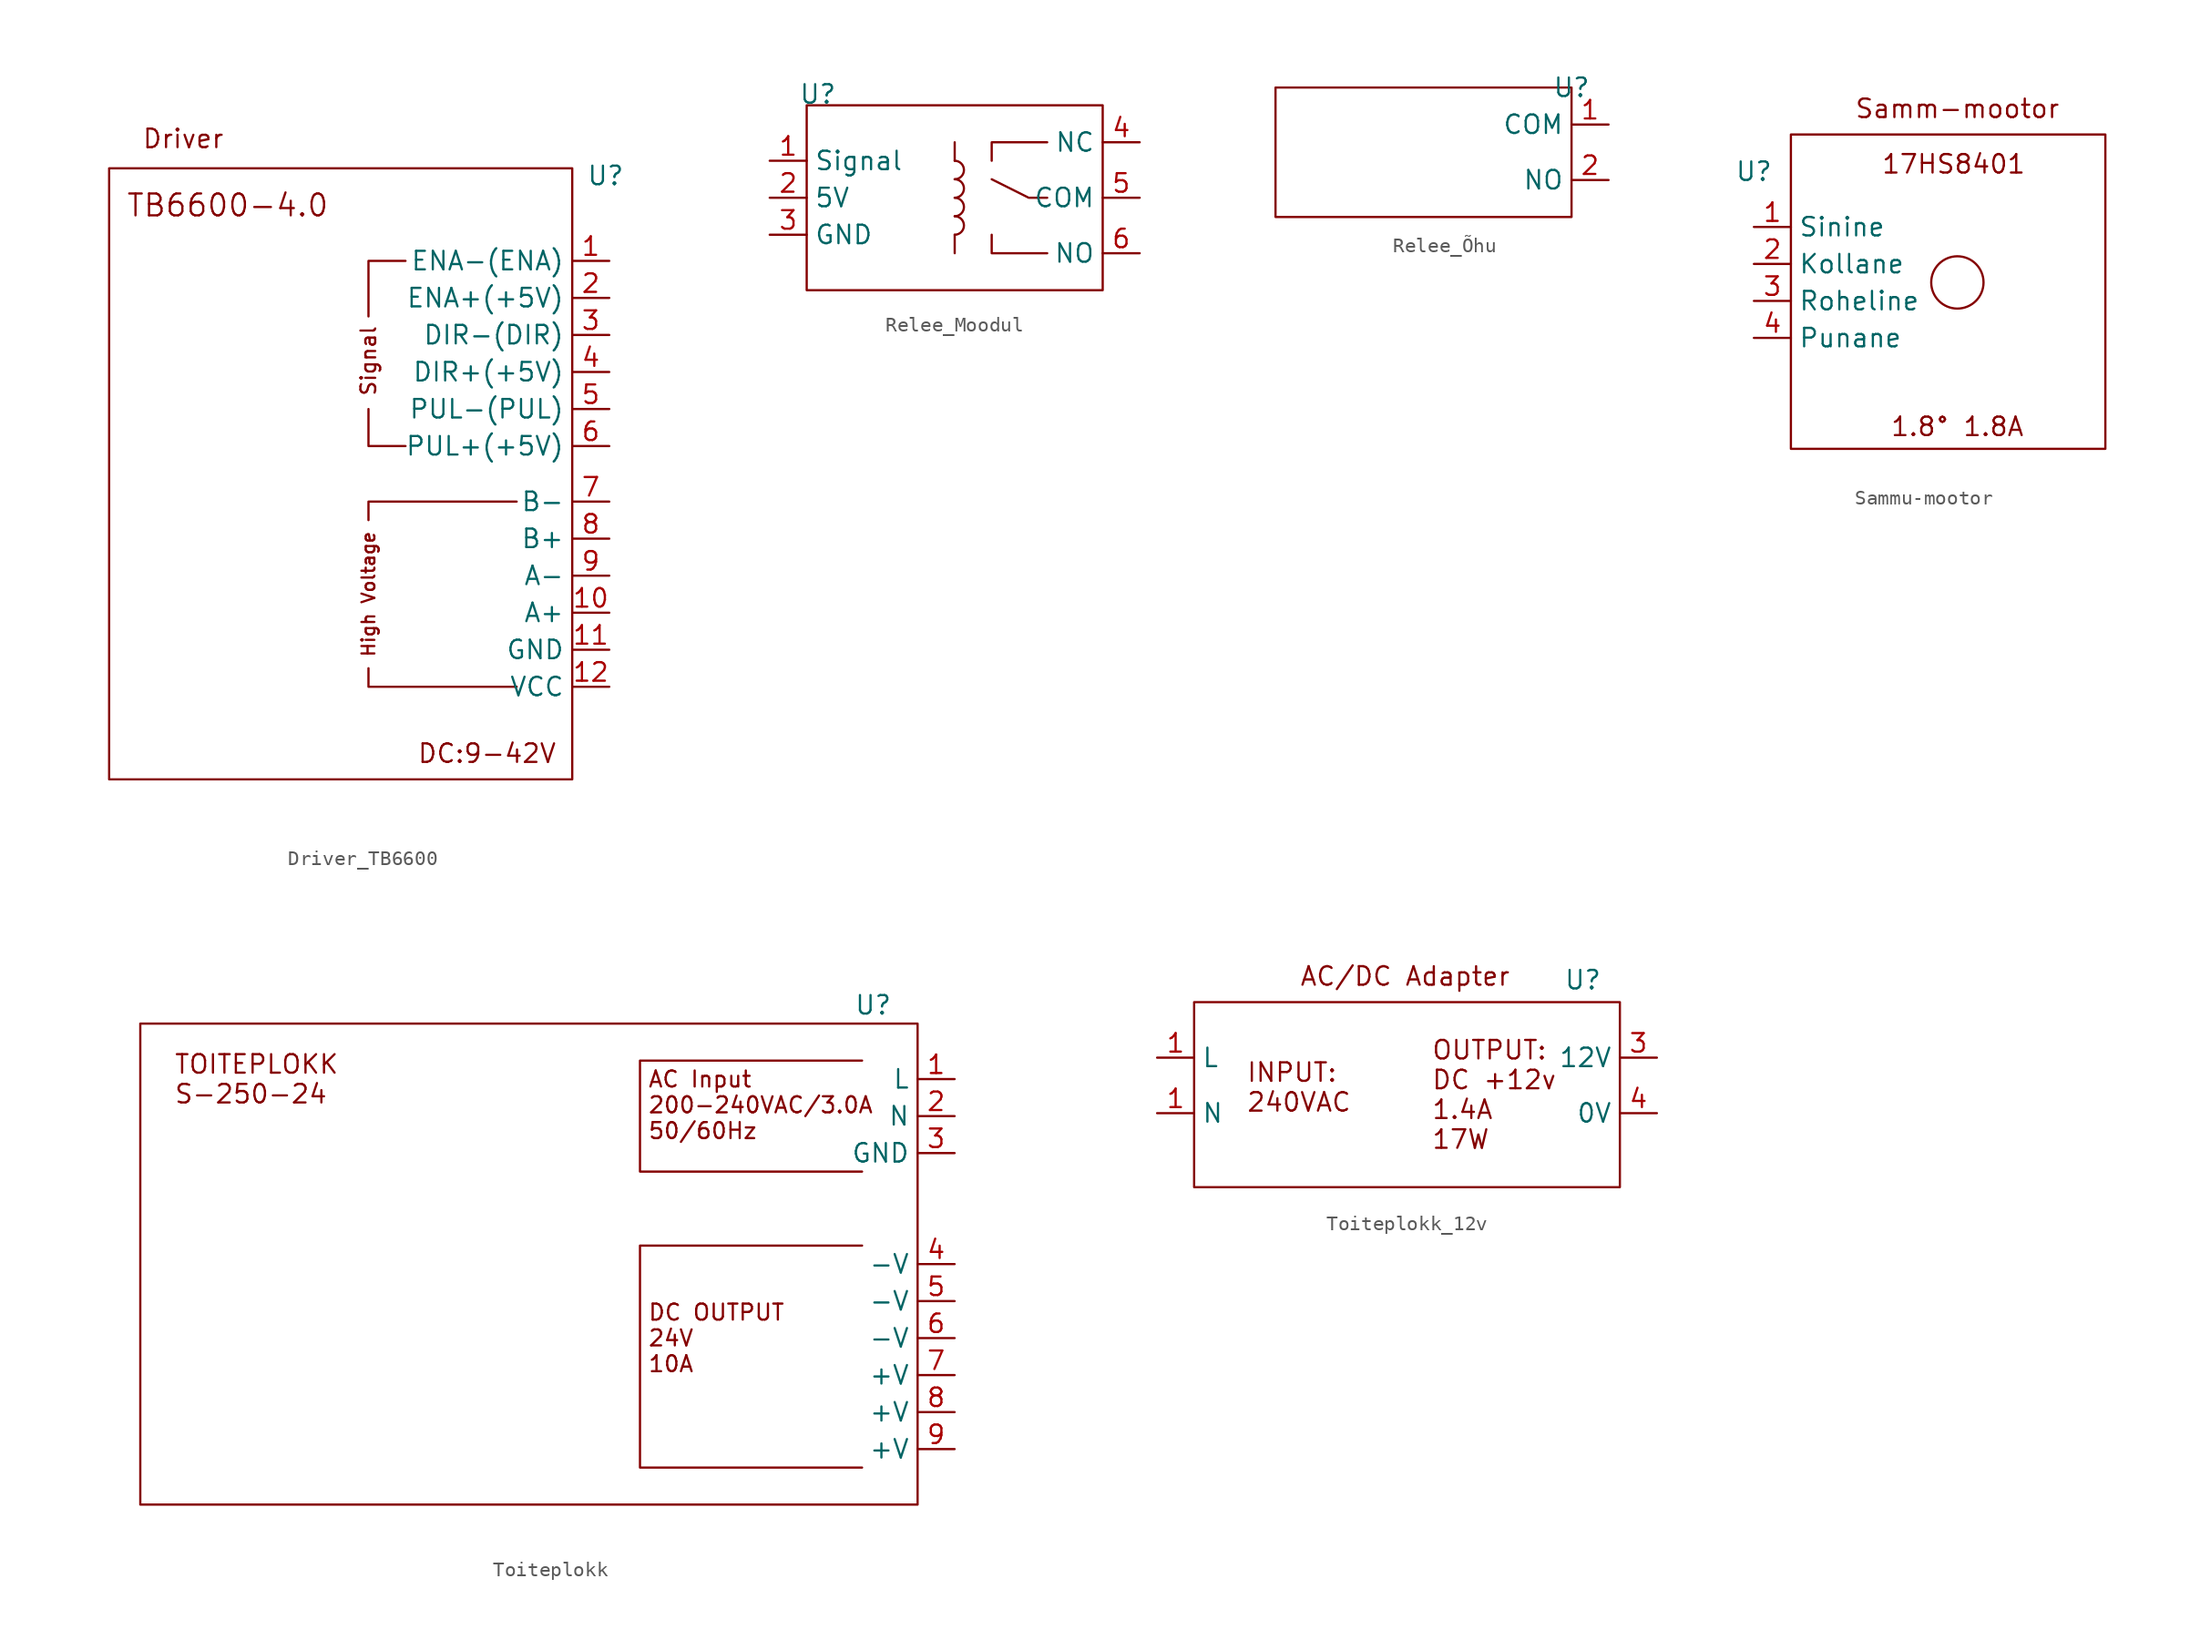
<source format=kicad_sym>
(kicad_symbol_lib
  (version 20241209)
  (generator "kicad_symbol_editor")
  (generator_version "9.0")
  (symbol "Driver_TB6600"
    (property "Reference" "U"
      (at 2.286 3.302 0)
      (effects (font (size 1.27 1.27))))
    (property "Value" ""
      (at 0 0 0)
      (effects (font (size 1.27 1.27))))
    (symbol "Driver_TB6600_0_1"
      (polyline (pts (xy -13.97 -6.35) (xy -13.97 -2.54) (xy -11.43 -2.54)) (stroke (width 0) (type default)) (fill (type none)))
      (polyline (pts (xy -13.97 -12.7) (xy -13.97 -15.24) (xy -11.43 -15.24)) (stroke (width 0) (type default)) (fill (type none)))
      (polyline (pts (xy -13.97 -20.32) (xy -13.97 -19.05) (xy -3.81 -19.05)) (stroke (width 0) (type default)) (fill (type none)))
      (polyline (pts (xy -13.97 -30.48) (xy -13.97 -31.75) (xy -3.81 -31.75)) (stroke (width 0) (type default)) (fill (type none)))
      (rectangle (start 0 3.81) (end -31.75 -38.1) (stroke (width 0) (type default)) (fill (type none))))
    (symbol "Driver_TB6600_1_1"
      (text "Driver" (at -26.67 5.842 0) (effects (font (size 1.27 1.27))))
      (text "TB6600-4.0" (at -23.622 1.27 0) (effects (font (size 1.5 1.5))))
      (text "Signal" (at -13.97 -9.398 900) (effects (font (size 1.016 1.016))))
      (text "High Voltage" (at -13.97 -25.4 900) (effects (font (size 0.889 0.889))))
      (text "DC:9-42V" (at -5.842 -36.322 0) (effects (font (size 1.27 1.27))))
      (pin input line (at 2.54 -2.54 180) (length 2.54) (name "ENA-(ENA)" (effects (font (size 1.27 1.27)))) (number "1" (effects (font (size 1.27 1.27)))))
      (pin input line (at 2.54 -5.08 180) (length 2.54) (name "ENA+(+5V)" (effects (font (size 1.27 1.27)))) (number "2" (effects (font (size 1.27 1.27)))))
      (pin input line (at 2.54 -7.62 180) (length 2.54) (name "DIR-(DIR)" (effects (font (size 1.27 1.27)))) (number "3" (effects (font (size 1.27 1.27)))))
      (pin input line (at 2.54 -10.16 180) (length 2.54) (name "DIR+(+5V)" (effects (font (size 1.27 1.27)))) (number "4" (effects (font (size 1.27 1.27)))))
      (pin input line (at 2.54 -12.7 180) (length 2.54) (name "PUL-(PUL)" (effects (font (size 1.27 1.27)))) (number "5" (effects (font (size 1.27 1.27)))))
      (pin input line (at 2.54 -15.24 180) (length 2.54) (name "PUL+(+5V)" (effects (font (size 1.27 1.27)))) (number "6" (effects (font (size 1.27 1.27)))))
      (pin input line (at 2.54 -19.05 180) (length 2.54) (name "B-" (effects (font (size 1.27 1.27)))) (number "7" (effects (font (size 1.27 1.27)))))
      (pin input line (at 2.54 -21.59 180) (length 2.54) (name "B+" (effects (font (size 1.27 1.27)))) (number "8" (effects (font (size 1.27 1.27)))))
      (pin input line (at 2.54 -24.13 180) (length 2.54) (name "A-" (effects (font (size 1.27 1.27)))) (number "9" (effects (font (size 1.27 1.27)))))
      (pin input line (at 2.54 -26.67 180) (length 2.54) (name "A+" (effects (font (size 1.27 1.27)))) (number "10" (effects (font (size 1.27 1.27)))))
      (pin power_in line (at 2.54 -29.21 180) (length 2.54) (name "GND" (effects (font (size 1.27 1.27)))) (number "11" (effects (font (size 1.27 1.27)))))
      (pin power_in line (at 2.54 -31.75 180) (length 2.54) (name "VCC" (effects (font (size 1.27 1.27)))) (number "12" (effects (font (size 1.27 1.27)))))))
  (symbol "Relee_Moodul"
    (property "Reference" "U"
      (at -9.398 7.112 0)
      (effects (font (size 1.27 1.27))))
    (property "Value" ""
      (at 0 0 0)
      (effects (font (size 1.27 1.27))))
    (symbol "Relee_Moodul_0_1"
      (rectangle (start -10.16 6.35) (end 10.16 -6.35) (stroke (width 0) (type default)) (fill (type none)))
      (arc (start 0 2.54) (mid 0.6323 1.905) (end 0 1.27) (stroke (width 0) (type default)) (fill (type none)))
      (arc (start 0 1.27) (mid 0.6323 0.635) (end 0 0) (stroke (width 0) (type default)) (fill (type none)))
      (arc (start 0 0) (mid 0.6323 -0.635) (end 0 -1.27) (stroke (width 0) (type default)) (fill (type none)))
      (arc (start 0 -1.27) (mid 0.6323 -1.905) (end 0 -2.54) (stroke (width 0) (type default)) (fill (type none)))
      (polyline (pts (xy 0 2.54) (xy 0 3.81)) (stroke (width 0) (type default)) (fill (type none)))
      (polyline (pts (xy 0 -2.54) (xy 0 -3.81)) (stroke (width 0) (type default)) (fill (type none)))
      (polyline (pts (xy 6.35 3.81) (xy 2.54 3.81) (xy 2.54 2.54)) (stroke (width 0) (type default)) (fill (type none)))
      (polyline (pts (xy 6.35 0) (xy 5.08 0) (xy 2.54 1.27)) (stroke (width 0) (type default)) (fill (type none)))
      (polyline (pts (xy 6.35 -3.81) (xy 2.54 -3.81) (xy 2.54 -2.54)) (stroke (width 0) (type default)) (fill (type none))))
    (symbol "Relee_Moodul_1_1"
      (pin input line (at -12.7 2.54 0) (length 2.54) (name "Signal" (effects (font (size 1.27 1.27)))) (number "1" (effects (font (size 1.27 1.27)))))
      (pin power_in line (at -12.7 0 0) (length 2.54) (name "5V" (effects (font (size 1.27 1.27)))) (number "2" (effects (font (size 1.27 1.27)))))
      (pin power_in line (at -12.7 -2.54 0) (length 2.54) (name "GND" (effects (font (size 1.27 1.27)))) (number "3" (effects (font (size 1.27 1.27)))))
      (pin power_in line (at 12.7 3.81 180) (length 2.54) (name "NC" (effects (font (size 1.27 1.27)))) (number "4" (effects (font (size 1.27 1.27)))))
      (pin power_in line (at 12.7 0 180) (length 2.54) (name "COM" (effects (font (size 1.27 1.27)))) (number "5" (effects (font (size 1.27 1.27)))))
      (pin power_in line (at 12.7 -3.81 180) (length 2.54) (name "NO" (effects (font (size 1.27 1.27)))) (number "6" (effects (font (size 1.27 1.27)))))))
  (symbol "Relee_Õhu"
    (property "Reference" "U"
      (at 0 0 0)
      (effects (font (size 1.27 1.27))))
    (property "Value" ""
      (at 0 0 0)
      (effects (font (size 1.27 1.27))))
    (symbol "Relee_Õhu_0_1"
      (rectangle (start 0 0) (end -20.32 -8.89) (stroke (width 0) (type default)) (fill (type none))))
    (symbol "Relee_Õhu_1_1"
      (pin power_in line (at 2.54 -2.54 180) (length 2.54) (name "COM" (effects (font (size 1.27 1.27)))) (number "1" (effects (font (size 1.27 1.27)))))
      (pin power_in line (at 2.54 -6.35 180) (length 2.54) (name "NO" (effects (font (size 1.27 1.27)))) (number "2" (effects (font (size 1.27 1.27)))))))
  (symbol "Sammu-mootor"
    (property "Reference" "U"
      (at 0 0 0)
      (effects (font (size 1.27 1.27))))
    (property "Value" ""
      (at 0 0 0)
      (effects (font (size 1.27 1.27))))
    (symbol "Sammu-mootor_0_1"
      (rectangle (start 2.54 2.54) (end 24.13 -19.05) (stroke (width 0) (type default)) (fill (type none)))
      (circle (center 13.97 -7.62) (radius 1.796) (stroke (width 0) (type default)) (fill (type none))))
    (symbol "Sammu-mootor_1_1"
      (text "17HS8401" (at 13.716 0.508 0) (effects (font (size 1.27 1.27))))
      (text "Samm-mootor" (at 13.97 4.318 0) (effects (font (size 1.27 1.27))))
      (text "1.8° 1.8A" (at 13.97 -17.526 0) (effects (font (size 1.27 1.27))))
      (pin input line (at 0 -3.81 0) (length 2.54) (name "Sinine" (effects (font (size 1.27 1.27)))) (number "1" (effects (font (size 1.27 1.27)))))
      (pin input line (at 0 -6.35 0) (length 2.54) (name "Kollane" (effects (font (size 1.27 1.27)))) (number "2" (effects (font (size 1.27 1.27)))))
      (pin input line (at 0 -8.89 0) (length 2.54) (name "Roheline" (effects (font (size 1.27 1.27)))) (number "3" (effects (font (size 1.27 1.27)))))
      (pin input line (at 0 -11.43 0) (length 2.54) (name "Punane" (effects (font (size 1.27 1.27)))) (number "4" (effects (font (size 1.27 1.27)))))))
  (symbol "Toiteplokk"
    (property "Reference" "U"
      (at -3.048 1.27 0)
      (effects (font (size 1.27 1.27))))
    (property "Value" ""
      (at 0 0 0)
      (effects (font (size 1.27 1.27))))
    (symbol "Toiteplokk_0_1"
      (polyline (pts (xy -3.81 -2.54) (xy -19.05 -2.54) (xy -19.05 -10.16) (xy -3.81 -10.16)) (stroke (width 0) (type default)) (fill (type none)))
      (polyline (pts (xy -3.81 -15.24) (xy -19.05 -15.24) (xy -19.05 -30.48) (xy -3.81 -30.48)) (stroke (width 0) (type default)) (fill (type none)))
      (rectangle (start 0 0) (end -53.34 -33.02) (stroke (width 0) (type default)) (fill (type none))))
    (symbol "Toiteplokk_1_1"
      (text "TOITEPLOKK\nS-250-24" (at -51.054 -3.81 0) (effects (font (size 1.27 1.27)) (justify left)))
      (text "AC Input\n200-240VAC/3.0A\n50/60Hz" (at -18.542 -5.588 0) (effects (font (size 1.1 1.1)) (justify left)))
      (text "DC OUTPUT\n24V\n10A" (at -18.542 -21.59 0) (effects (font (size 1.1 1.1)) (justify left)))
      (pin power_in line (at 2.54 -3.81 180) (length 2.54) (name "L" (effects (font (size 1.27 1.27)))) (number "1" (effects (font (size 1.27 1.27)))))
      (pin power_in line (at 2.54 -6.35 180) (length 2.54) (name "N" (effects (font (size 1.27 1.27)))) (number "2" (effects (font (size 1.27 1.27)))))
      (pin power_in line (at 2.54 -8.89 180) (length 2.54) (name "GND" (effects (font (size 1.27 1.27)))) (number "3" (effects (font (size 1.27 1.27)))))
      (pin power_out line (at 2.54 -16.51 180) (length 2.54) (name "-V" (effects (font (size 1.27 1.27)))) (number "4" (effects (font (size 1.27 1.27)))))
      (pin power_out line (at 2.54 -19.05 180) (length 2.54) (name "-V" (effects (font (size 1.27 1.27)))) (number "5" (effects (font (size 1.27 1.27)))))
      (pin power_out line (at 2.54 -21.59 180) (length 2.54) (name "-V" (effects (font (size 1.27 1.27)))) (number "6" (effects (font (size 1.27 1.27)))))
      (pin power_out line (at 2.54 -24.13 180) (length 2.54) (name "+V" (effects (font (size 1.27 1.27)))) (number "7" (effects (font (size 1.27 1.27)))))
      (pin power_out line (at 2.54 -26.67 180) (length 2.54) (name "+V" (effects (font (size 1.27 1.27)))) (number "8" (effects (font (size 1.27 1.27)))))
      (pin power_out line (at 2.54 -29.21 180) (length 2.54) (name "+V" (effects (font (size 1.27 1.27)))) (number "9" (effects (font (size 1.27 1.27)))))))
  (symbol "Toiteplokk_12v"
    (property "Reference" "U"
      (at 16.51 0.254 0)
      (effects (font (size 1.27 1.27))))
    (property "Value" ""
      (at 0 0 0)
      (effects (font (size 1.27 1.27))))
    (symbol "Toiteplokk_12v_0_1"
      (rectangle (start -10.16 -1.27) (end 19.05 -13.97) (stroke (width 0) (type default)) (fill (type none))))
    (symbol "Toiteplokk_12v_1_1"
      (text "INPUT:\n240VAC" (at -6.604 -7.112 0) (effects (font (size 1.27 1.27)) (justify left)))
      (text "AC/DC Adapter" (at 4.318 0.508 0) (effects (font (size 1.27 1.27))))
      (text "OUTPUT:\nDC +12v\n1.4A\n17W" (at 6.096 -7.62 0) (effects (font (size 1.27 1.27)) (justify left)))
      (pin power_in line (at -12.7 -5.08 0) (length 2.54) (name "L" (effects (font (size 1.27 1.27)))) (number "1" (effects (font (size 1.27 1.27)))))
      (pin power_in line (at -12.7 -8.89 0) (length 2.54) (name "N" (effects (font (size 1.27 1.27)))) (number "1" (effects (font (size 1.27 1.27)))))
      (pin output line (at 21.59 -5.08 180) (length 2.54) (name "12V" (effects (font (size 1.27 1.27)))) (number "3" (effects (font (size 1.27 1.27)))))
      (pin output line (at 21.59 -8.89 180) (length 2.54) (name "0V" (effects (font (size 1.27 1.27)))) (number "4" (effects (font (size 1.27 1.27))))))))
</source>
